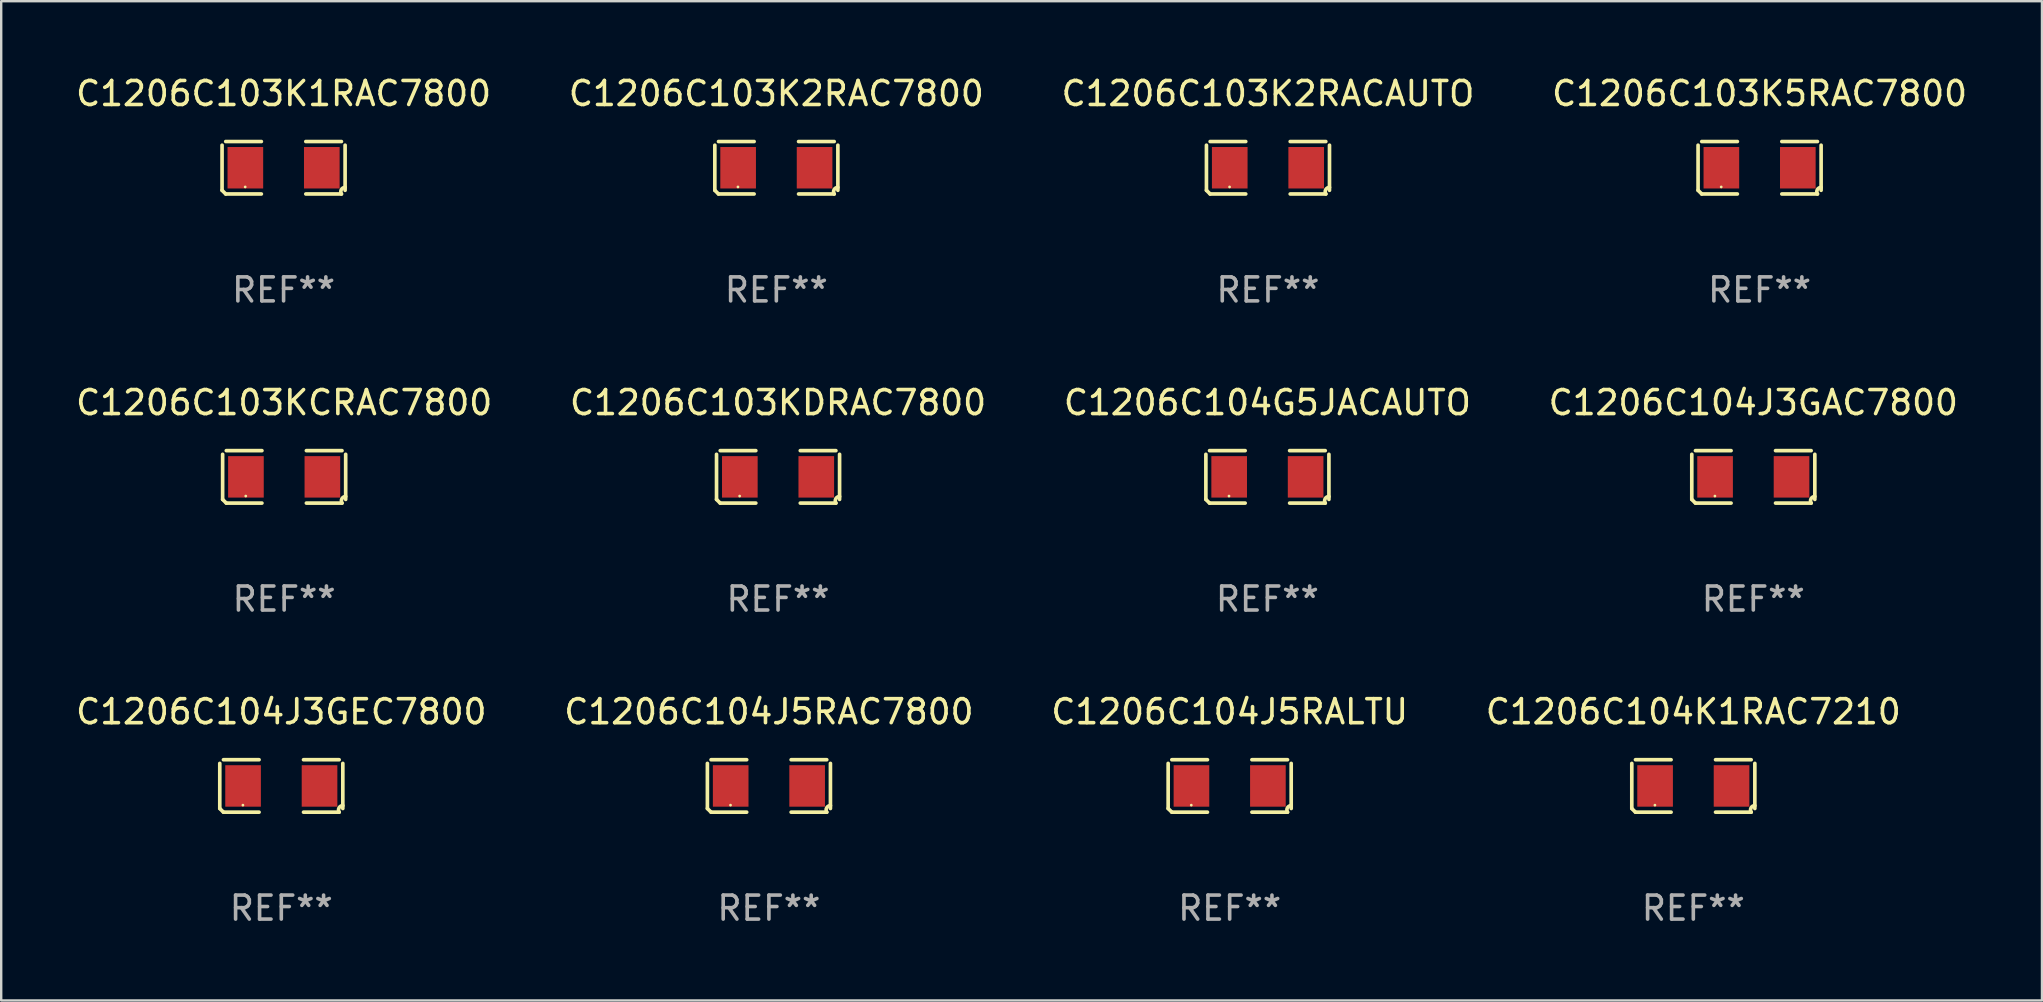
<source format=kicad_pcb>
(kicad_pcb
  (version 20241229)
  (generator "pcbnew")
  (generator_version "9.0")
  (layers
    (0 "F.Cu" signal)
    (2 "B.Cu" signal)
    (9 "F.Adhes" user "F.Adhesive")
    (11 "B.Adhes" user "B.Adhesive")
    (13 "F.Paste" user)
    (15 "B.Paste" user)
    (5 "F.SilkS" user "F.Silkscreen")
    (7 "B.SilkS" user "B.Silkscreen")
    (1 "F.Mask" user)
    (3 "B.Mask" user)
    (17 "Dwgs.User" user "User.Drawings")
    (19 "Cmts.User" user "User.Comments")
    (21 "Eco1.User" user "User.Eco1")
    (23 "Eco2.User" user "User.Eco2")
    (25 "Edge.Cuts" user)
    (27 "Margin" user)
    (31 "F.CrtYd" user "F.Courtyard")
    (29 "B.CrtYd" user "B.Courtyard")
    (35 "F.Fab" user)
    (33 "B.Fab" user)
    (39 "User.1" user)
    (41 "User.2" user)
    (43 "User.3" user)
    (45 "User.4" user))
  (footprint "C1206C103K5RAC7800"
    (layer "F.Cu")
    (at 70.28 3.941)
    (property "Reference" "C1206C103K5RAC7800" (at 0 -3.093 0) (layer "F.SilkS") (effects (font (size 1 1) (thickness 0.15))))
    (attr through_hole)
    (fp_line (start -2.564 0.94) (end -2.564 -0.94) (stroke (width 0.152) (type solid)) (layer "F.SilkS"))
    (fp_line (start -2.411 -1.093) (end -0.926 -1.093) (stroke (width 0.152) (type solid)) (layer "F.SilkS"))
    (fp_line (start -0.926 1.093) (end -2.411 1.093) (stroke (width 0.152) (type solid)) (layer "F.SilkS"))
    (fp_line (start 0.926 1.093) (end 2.411 1.093) (stroke (width 0.152) (type solid)) (layer "F.SilkS"))
    (fp_line (start 2.411 -1.093) (end 0.926 -1.093) (stroke (width 0.152) (type solid)) (layer "F.SilkS"))
    (fp_line (start 2.564 0.94) (end 2.564 -0.94) (stroke (width 0.152) (type solid)) (layer "F.SilkS"))
    (fp_arc (start -2.411201 1.092609) (mid -2.487413 1.01642) (end -2.563602 0.940208) (stroke (width 0.1524) (type solid)) (layer "F.SilkS"))
    (fp_arc (start 2.411201 1.092609) (mid 2.407159 0.911226) (end 2.563602 0.819347) (stroke (width 0.1524) (type solid)) (layer "F.SilkS"))
    (fp_circle (center -1.6 0.8) (end -1.57 0.8) (stroke (width 0.06) (type solid)) (fill no) (layer "F.SilkS"))
    (fp_text user "REF**" (at 0 5.093 0) (layer "F.Fab") (effects (font (size 1 1) (thickness 0.15))))
    (pad "1" smd rect (at -1.593 0) (size 1.485 1.728) (layers "F.Cu" "F.Mask" "F.Paste"))
    (pad "2" smd rect (at 1.593 0) (size 1.485 1.728) (layers "F.Cu" "F.Mask" "F.Paste")))
  (footprint "C1206C104J3GAC7800"
    (layer "F.Cu")
    (at 70.018 16.823)
    (property "Reference" "C1206C104J3GAC7800" (at 0 -3.093 0) (layer "F.SilkS") (effects (font (size 1 1) (thickness 0.15))))
    (attr through_hole)
    (fp_line (start -2.564 0.94) (end -2.564 -0.94) (stroke (width 0.152) (type solid)) (layer "F.SilkS"))
    (fp_line (start -2.411 -1.093) (end -0.926 -1.093) (stroke (width 0.152) (type solid)) (layer "F.SilkS"))
    (fp_line (start -0.926 1.093) (end -2.411 1.093) (stroke (width 0.152) (type solid)) (layer "F.SilkS"))
    (fp_line (start 0.926 1.093) (end 2.411 1.093) (stroke (width 0.152) (type solid)) (layer "F.SilkS"))
    (fp_line (start 2.411 -1.093) (end 0.926 -1.093) (stroke (width 0.152) (type solid)) (layer "F.SilkS"))
    (fp_line (start 2.564 0.94) (end 2.564 -0.94) (stroke (width 0.152) (type solid)) (layer "F.SilkS"))
    (fp_arc (start -2.411201 1.092609) (mid -2.487413 1.01642) (end -2.563602 0.940208) (stroke (width 0.1524) (type solid)) (layer "F.SilkS"))
    (fp_arc (start 2.411201 1.092609) (mid 2.407159 0.911226) (end 2.563602 0.819347) (stroke (width 0.1524) (type solid)) (layer "F.SilkS"))
    (fp_circle (center -1.6 0.8) (end -1.57 0.8) (stroke (width 0.06) (type solid)) (fill no) (layer "F.SilkS"))
    (fp_text user "REF**" (at 0 5.093 0) (layer "F.Fab") (effects (font (size 1 1) (thickness 0.15))))
    (pad "1" smd rect (at -1.593 0) (size 1.485 1.728) (layers "F.Cu" "F.Mask" "F.Paste"))
    (pad "2" smd rect (at 1.593 0) (size 1.485 1.728) (layers "F.Cu" "F.Mask" "F.Paste")))
  (footprint "C1206C104J3GEC7800"
    (layer "F.Cu")
    (at 8.673 29.704)
    (property "Reference" "C1206C104J3GEC7800" (at 0 -3.093 0) (layer "F.SilkS") (effects (font (size 1 1) (thickness 0.15))))
    (attr through_hole)
    (fp_line (start -2.564 0.94) (end -2.564 -0.94) (stroke (width 0.152) (type solid)) (layer "F.SilkS"))
    (fp_line (start -2.411 -1.093) (end -0.926 -1.093) (stroke (width 0.152) (type solid)) (layer "F.SilkS"))
    (fp_line (start -0.926 1.093) (end -2.411 1.093) (stroke (width 0.152) (type solid)) (layer "F.SilkS"))
    (fp_line (start 0.926 1.093) (end 2.411 1.093) (stroke (width 0.152) (type solid)) (layer "F.SilkS"))
    (fp_line (start 2.411 -1.093) (end 0.926 -1.093) (stroke (width 0.152) (type solid)) (layer "F.SilkS"))
    (fp_line (start 2.564 0.94) (end 2.564 -0.94) (stroke (width 0.152) (type solid)) (layer "F.SilkS"))
    (fp_arc (start -2.411201 1.092609) (mid -2.487413 1.01642) (end -2.563602 0.940208) (stroke (width 0.1524) (type solid)) (layer "F.SilkS"))
    (fp_arc (start 2.411201 1.092609) (mid 2.407159 0.911226) (end 2.563602 0.819347) (stroke (width 0.1524) (type solid)) (layer "F.SilkS"))
    (fp_circle (center -1.6 0.8) (end -1.57 0.8) (stroke (width 0.06) (type solid)) (fill no) (layer "F.SilkS"))
    (fp_text user "REF**" (at 0 5.093 0) (layer "F.Fab") (effects (font (size 1 1) (thickness 0.15))))
    (pad "1" smd rect (at -1.593 0) (size 1.485 1.728) (layers "F.Cu" "F.Mask" "F.Paste"))
    (pad "2" smd rect (at 1.593 0) (size 1.485 1.728) (layers "F.Cu" "F.Mask" "F.Paste")))
  (footprint "C1206C104J5RALTU"
    (layer "F.Cu")
    (at 48.196 29.704)
    (property "Reference" "C1206C104J5RALTU" (at 0 -3.093 0) (layer "F.SilkS") (effects (font (size 1 1) (thickness 0.15))))
    (attr through_hole)
    (fp_line (start -2.564 0.94) (end -2.564 -0.94) (stroke (width 0.152) (type solid)) (layer "F.SilkS"))
    (fp_line (start -2.411 -1.093) (end -0.926 -1.093) (stroke (width 0.152) (type solid)) (layer "F.SilkS"))
    (fp_line (start -0.926 1.093) (end -2.411 1.093) (stroke (width 0.152) (type solid)) (layer "F.SilkS"))
    (fp_line (start 0.926 1.093) (end 2.411 1.093) (stroke (width 0.152) (type solid)) (layer "F.SilkS"))
    (fp_line (start 2.411 -1.093) (end 0.926 -1.093) (stroke (width 0.152) (type solid)) (layer "F.SilkS"))
    (fp_line (start 2.564 0.94) (end 2.564 -0.94) (stroke (width 0.152) (type solid)) (layer "F.SilkS"))
    (fp_arc (start -2.411201 1.092609) (mid -2.487413 1.01642) (end -2.563602 0.940208) (stroke (width 0.1524) (type solid)) (layer "F.SilkS"))
    (fp_arc (start 2.411201 1.092609) (mid 2.407159 0.911226) (end 2.563602 0.819347) (stroke (width 0.1524) (type solid)) (layer "F.SilkS"))
    (fp_circle (center -1.6 0.8) (end -1.57 0.8) (stroke (width 0.06) (type solid)) (fill no) (layer "F.SilkS"))
    (fp_text user "REF**" (at 0 5.093 0) (layer "F.Fab") (effects (font (size 1 1) (thickness 0.15))))
    (pad "1" smd rect (at -1.593 0) (size 1.485 1.728) (layers "F.Cu" "F.Mask" "F.Paste"))
    (pad "2" smd rect (at 1.593 0) (size 1.485 1.728) (layers "F.Cu" "F.Mask" "F.Paste")))
  (footprint "C1206C103K2RAC7800"
    (layer "F.Cu")
    (at 29.304 3.941)
    (property "Reference" "C1206C103K2RAC7800" (at 0 -3.093 0) (layer "F.SilkS") (effects (font (size 1 1) (thickness 0.15))))
    (attr through_hole)
    (fp_line (start -2.564 0.94) (end -2.564 -0.94) (stroke (width 0.152) (type solid)) (layer "F.SilkS"))
    (fp_line (start -2.411 -1.093) (end -0.926 -1.093) (stroke (width 0.152) (type solid)) (layer "F.SilkS"))
    (fp_line (start -0.926 1.093) (end -2.411 1.093) (stroke (width 0.152) (type solid)) (layer "F.SilkS"))
    (fp_line (start 0.926 1.093) (end 2.411 1.093) (stroke (width 0.152) (type solid)) (layer "F.SilkS"))
    (fp_line (start 2.411 -1.093) (end 0.926 -1.093) (stroke (width 0.152) (type solid)) (layer "F.SilkS"))
    (fp_line (start 2.564 0.94) (end 2.564 -0.94) (stroke (width 0.152) (type solid)) (layer "F.SilkS"))
    (fp_arc (start -2.411201 1.092609) (mid -2.487413 1.01642) (end -2.563602 0.940208) (stroke (width 0.1524) (type solid)) (layer "F.SilkS"))
    (fp_arc (start 2.411201 1.092609) (mid 2.407159 0.911226) (end 2.563602 0.819347) (stroke (width 0.1524) (type solid)) (layer "F.SilkS"))
    (fp_circle (center -1.6 0.8) (end -1.57 0.8) (stroke (width 0.06) (type solid)) (fill no) (layer "F.SilkS"))
    (fp_text user "REF**" (at 0 5.093 0) (layer "F.Fab") (effects (font (size 1 1) (thickness 0.15))))
    (pad "1" smd rect (at -1.593 0) (size 1.485 1.728) (layers "F.Cu" "F.Mask" "F.Paste"))
    (pad "2" smd rect (at 1.593 0) (size 1.485 1.728) (layers "F.Cu" "F.Mask" "F.Paste")))
  (footprint "C1206C103KCRAC7800"
    (layer "F.Cu")
    (at 8.792 16.823)
    (property "Reference" "C1206C103KCRAC7800" (at 0 -3.093 0) (layer "F.SilkS") (effects (font (size 1 1) (thickness 0.15))))
    (attr through_hole)
    (fp_line (start -2.564 0.94) (end -2.564 -0.94) (stroke (width 0.152) (type solid)) (layer "F.SilkS"))
    (fp_line (start -2.411 -1.093) (end -0.926 -1.093) (stroke (width 0.152) (type solid)) (layer "F.SilkS"))
    (fp_line (start -0.926 1.093) (end -2.411 1.093) (stroke (width 0.152) (type solid)) (layer "F.SilkS"))
    (fp_line (start 0.926 1.093) (end 2.411 1.093) (stroke (width 0.152) (type solid)) (layer "F.SilkS"))
    (fp_line (start 2.411 -1.093) (end 0.926 -1.093) (stroke (width 0.152) (type solid)) (layer "F.SilkS"))
    (fp_line (start 2.564 0.94) (end 2.564 -0.94) (stroke (width 0.152) (type solid)) (layer "F.SilkS"))
    (fp_arc (start -2.411201 1.092609) (mid -2.487413 1.01642) (end -2.563602 0.940208) (stroke (width 0.1524) (type solid)) (layer "F.SilkS"))
    (fp_arc (start 2.411201 1.092609) (mid 2.407159 0.911226) (end 2.563602 0.819347) (stroke (width 0.1524) (type solid)) (layer "F.SilkS"))
    (fp_circle (center -1.6 0.8) (end -1.57 0.8) (stroke (width 0.06) (type solid)) (fill no) (layer "F.SilkS"))
    (fp_text user "REF**" (at 0 5.093 0) (layer "F.Fab") (effects (font (size 1 1) (thickness 0.15))))
    (pad "1" smd rect (at -1.593 0) (size 1.485 1.728) (layers "F.Cu" "F.Mask" "F.Paste"))
    (pad "2" smd rect (at 1.593 0) (size 1.485 1.728) (layers "F.Cu" "F.Mask" "F.Paste")))
  (footprint "C1206C103K1RAC7800"
    (layer "F.Cu")
    (at 8.768 3.941)
    (property "Reference" "C1206C103K1RAC7800" (at 0 -3.093 0) (layer "F.SilkS") (effects (font (size 1 1) (thickness 0.15))))
    (attr through_hole)
    (fp_line (start -2.564 0.94) (end -2.564 -0.94) (stroke (width 0.152) (type solid)) (layer "F.SilkS"))
    (fp_line (start -2.411 -1.093) (end -0.926 -1.093) (stroke (width 0.152) (type solid)) (layer "F.SilkS"))
    (fp_line (start -0.926 1.093) (end -2.411 1.093) (stroke (width 0.152) (type solid)) (layer "F.SilkS"))
    (fp_line (start 0.926 1.093) (end 2.411 1.093) (stroke (width 0.152) (type solid)) (layer "F.SilkS"))
    (fp_line (start 2.411 -1.093) (end 0.926 -1.093) (stroke (width 0.152) (type solid)) (layer "F.SilkS"))
    (fp_line (start 2.564 0.94) (end 2.564 -0.94) (stroke (width 0.152) (type solid)) (layer "F.SilkS"))
    (fp_arc (start -2.411201 1.092609) (mid -2.487413 1.01642) (end -2.563602 0.940208) (stroke (width 0.1524) (type solid)) (layer "F.SilkS"))
    (fp_arc (start 2.411201 1.092609) (mid 2.407159 0.911226) (end 2.563602 0.819347) (stroke (width 0.1524) (type solid)) (layer "F.SilkS"))
    (fp_circle (center -1.6 0.8) (end -1.57 0.8) (stroke (width 0.06) (type solid)) (fill no) (layer "F.SilkS"))
    (fp_text user "REF**" (at 0 5.093 0) (layer "F.Fab") (effects (font (size 1 1) (thickness 0.15))))
    (pad "1" smd rect (at -1.593 0) (size 1.485 1.728) (layers "F.Cu" "F.Mask" "F.Paste"))
    (pad "2" smd rect (at 1.593 0) (size 1.485 1.728) (layers "F.Cu" "F.Mask" "F.Paste")))
  (footprint "C1206C103K2RACAUTO"
    (layer "F.Cu")
    (at 49.792 3.941)
    (property "Reference" "C1206C103K2RACAUTO" (at 0 -3.093 0) (layer "F.SilkS") (effects (font (size 1 1) (thickness 0.15))))
    (attr through_hole)
    (fp_line (start -2.564 0.94) (end -2.564 -0.94) (stroke (width 0.152) (type solid)) (layer "F.SilkS"))
    (fp_line (start -2.411 -1.093) (end -0.926 -1.093) (stroke (width 0.152) (type solid)) (layer "F.SilkS"))
    (fp_line (start -0.926 1.093) (end -2.411 1.093) (stroke (width 0.152) (type solid)) (layer "F.SilkS"))
    (fp_line (start 0.926 1.093) (end 2.411 1.093) (stroke (width 0.152) (type solid)) (layer "F.SilkS"))
    (fp_line (start 2.411 -1.093) (end 0.926 -1.093) (stroke (width 0.152) (type solid)) (layer "F.SilkS"))
    (fp_line (start 2.564 0.94) (end 2.564 -0.94) (stroke (width 0.152) (type solid)) (layer "F.SilkS"))
    (fp_arc (start -2.411201 1.092609) (mid -2.487413 1.01642) (end -2.563602 0.940208) (stroke (width 0.1524) (type solid)) (layer "F.SilkS"))
    (fp_arc (start 2.411201 1.092609) (mid 2.407159 0.911226) (end 2.563602 0.819347) (stroke (width 0.1524) (type solid)) (layer "F.SilkS"))
    (fp_circle (center -1.6 0.8) (end -1.57 0.8) (stroke (width 0.06) (type solid)) (fill no) (layer "F.SilkS"))
    (fp_text user "REF**" (at 0 5.093 0) (layer "F.Fab") (effects (font (size 1 1) (thickness 0.15))))
    (pad "1" smd rect (at -1.593 0) (size 1.485 1.728) (layers "F.Cu" "F.Mask" "F.Paste"))
    (pad "2" smd rect (at 1.593 0) (size 1.485 1.728) (layers "F.Cu" "F.Mask" "F.Paste")))
  (footprint "C1206C103KDRAC7800"
    (layer "F.Cu")
    (at 29.375 16.823)
    (property "Reference" "C1206C103KDRAC7800" (at 0 -3.093 0) (layer "F.SilkS") (effects (font (size 1 1) (thickness 0.15))))
    (attr through_hole)
    (fp_line (start -2.564 0.94) (end -2.564 -0.94) (stroke (width 0.152) (type solid)) (layer "F.SilkS"))
    (fp_line (start -2.411 -1.093) (end -0.926 -1.093) (stroke (width 0.152) (type solid)) (layer "F.SilkS"))
    (fp_line (start -0.926 1.093) (end -2.411 1.093) (stroke (width 0.152) (type solid)) (layer "F.SilkS"))
    (fp_line (start 0.926 1.093) (end 2.411 1.093) (stroke (width 0.152) (type solid)) (layer "F.SilkS"))
    (fp_line (start 2.411 -1.093) (end 0.926 -1.093) (stroke (width 0.152) (type solid)) (layer "F.SilkS"))
    (fp_line (start 2.564 0.94) (end 2.564 -0.94) (stroke (width 0.152) (type solid)) (layer "F.SilkS"))
    (fp_arc (start -2.411201 1.092609) (mid -2.487413 1.01642) (end -2.563602 0.940208) (stroke (width 0.1524) (type solid)) (layer "F.SilkS"))
    (fp_arc (start 2.411201 1.092609) (mid 2.407159 0.911226) (end 2.563602 0.819347) (stroke (width 0.1524) (type solid)) (layer "F.SilkS"))
    (fp_circle (center -1.6 0.8) (end -1.57 0.8) (stroke (width 0.06) (type solid)) (fill no) (layer "F.SilkS"))
    (fp_text user "REF**" (at 0 5.093 0) (layer "F.Fab") (effects (font (size 1 1) (thickness 0.15))))
    (pad "1" smd rect (at -1.593 0) (size 1.485 1.728) (layers "F.Cu" "F.Mask" "F.Paste"))
    (pad "2" smd rect (at 1.593 0) (size 1.485 1.728) (layers "F.Cu" "F.Mask" "F.Paste")))
  (footprint "C1206C104G5JACAUTO"
    (layer "F.Cu")
    (at 49.768 16.823)
    (property "Reference" "C1206C104G5JACAUTO" (at 0 -3.093 0) (layer "F.SilkS") (effects (font (size 1 1) (thickness 0.15))))
    (attr through_hole)
    (fp_line (start -2.564 0.94) (end -2.564 -0.94) (stroke (width 0.152) (type solid)) (layer "F.SilkS"))
    (fp_line (start -2.411 -1.093) (end -0.926 -1.093) (stroke (width 0.152) (type solid)) (layer "F.SilkS"))
    (fp_line (start -0.926 1.093) (end -2.411 1.093) (stroke (width 0.152) (type solid)) (layer "F.SilkS"))
    (fp_line (start 0.926 1.093) (end 2.411 1.093) (stroke (width 0.152) (type solid)) (layer "F.SilkS"))
    (fp_line (start 2.411 -1.093) (end 0.926 -1.093) (stroke (width 0.152) (type solid)) (layer "F.SilkS"))
    (fp_line (start 2.564 0.94) (end 2.564 -0.94) (stroke (width 0.152) (type solid)) (layer "F.SilkS"))
    (fp_arc (start -2.411201 1.092609) (mid -2.487413 1.01642) (end -2.563602 0.940208) (stroke (width 0.1524) (type solid)) (layer "F.SilkS"))
    (fp_arc (start 2.411201 1.092609) (mid 2.407159 0.911226) (end 2.563602 0.819347) (stroke (width 0.1524) (type solid)) (layer "F.SilkS"))
    (fp_circle (center -1.6 0.8) (end -1.57 0.8) (stroke (width 0.06) (type solid)) (fill no) (layer "F.SilkS"))
    (fp_text user "REF**" (at 0 5.093 0) (layer "F.Fab") (effects (font (size 1 1) (thickness 0.15))))
    (pad "1" smd rect (at -1.593 0) (size 1.485 1.728) (layers "F.Cu" "F.Mask" "F.Paste"))
    (pad "2" smd rect (at 1.593 0) (size 1.485 1.728) (layers "F.Cu" "F.Mask" "F.Paste")))
  (footprint "C1206C104J5RAC7800"
    (layer "F.Cu")
    (at 28.994 29.704)
    (property "Reference" "C1206C104J5RAC7800" (at 0 -3.093 0) (layer "F.SilkS") (effects (font (size 1 1) (thickness 0.15))))
    (attr through_hole)
    (fp_line (start -2.564 0.94) (end -2.564 -0.94) (stroke (width 0.152) (type solid)) (layer "F.SilkS"))
    (fp_line (start -2.411 -1.093) (end -0.926 -1.093) (stroke (width 0.152) (type solid)) (layer "F.SilkS"))
    (fp_line (start -0.926 1.093) (end -2.411 1.093) (stroke (width 0.152) (type solid)) (layer "F.SilkS"))
    (fp_line (start 0.926 1.093) (end 2.411 1.093) (stroke (width 0.152) (type solid)) (layer "F.SilkS"))
    (fp_line (start 2.411 -1.093) (end 0.926 -1.093) (stroke (width 0.152) (type solid)) (layer "F.SilkS"))
    (fp_line (start 2.564 0.94) (end 2.564 -0.94) (stroke (width 0.152) (type solid)) (layer "F.SilkS"))
    (fp_arc (start -2.411201 1.092609) (mid -2.487413 1.01642) (end -2.563602 0.940208) (stroke (width 0.1524) (type solid)) (layer "F.SilkS"))
    (fp_arc (start 2.411201 1.092609) (mid 2.407159 0.911226) (end 2.563602 0.819347) (stroke (width 0.1524) (type solid)) (layer "F.SilkS"))
    (fp_circle (center -1.6 0.8) (end -1.57 0.8) (stroke (width 0.06) (type solid)) (fill no) (layer "F.SilkS"))
    (fp_text user "REF**" (at 0 5.093 0) (layer "F.Fab") (effects (font (size 1 1) (thickness 0.15))))
    (pad "1" smd rect (at -1.593 0) (size 1.485 1.728) (layers "F.Cu" "F.Mask" "F.Paste"))
    (pad "2" smd rect (at 1.593 0) (size 1.485 1.728) (layers "F.Cu" "F.Mask" "F.Paste")))
  (footprint "C1206C104K1RAC7210"
    (layer "F.Cu")
    (at 67.518 29.704)
    (property "Reference" "C1206C104K1RAC7210" (at 0 -3.093 0) (layer "F.SilkS") (effects (font (size 1 1) (thickness 0.15))))
    (attr through_hole)
    (fp_line (start -2.564 0.94) (end -2.564 -0.94) (stroke (width 0.152) (type solid)) (layer "F.SilkS"))
    (fp_line (start -2.411 -1.093) (end -0.926 -1.093) (stroke (width 0.152) (type solid)) (layer "F.SilkS"))
    (fp_line (start -0.926 1.093) (end -2.411 1.093) (stroke (width 0.152) (type solid)) (layer "F.SilkS"))
    (fp_line (start 0.926 1.093) (end 2.411 1.093) (stroke (width 0.152) (type solid)) (layer "F.SilkS"))
    (fp_line (start 2.411 -1.093) (end 0.926 -1.093) (stroke (width 0.152) (type solid)) (layer "F.SilkS"))
    (fp_line (start 2.564 0.94) (end 2.564 -0.94) (stroke (width 0.152) (type solid)) (layer "F.SilkS"))
    (fp_arc (start -2.411201 1.092609) (mid -2.487413 1.01642) (end -2.563602 0.940208) (stroke (width 0.1524) (type solid)) (layer "F.SilkS"))
    (fp_arc (start 2.411201 1.092609) (mid 2.407159 0.911226) (end 2.563602 0.819347) (stroke (width 0.1524) (type solid)) (layer "F.SilkS"))
    (fp_circle (center -1.6 0.8) (end -1.57 0.8) (stroke (width 0.06) (type solid)) (fill no) (layer "F.SilkS"))
    (fp_text user "REF**" (at 0 5.093 0) (layer "F.Fab") (effects (font (size 1 1) (thickness 0.15))))
    (pad "1" smd rect (at -1.593 0) (size 1.485 1.728) (layers "F.Cu" "F.Mask" "F.Paste"))
    (pad "2" smd rect (at 1.593 0) (size 1.485 1.728) (layers "F.Cu" "F.Mask" "F.Paste")))
  (gr_rect
    (start -3 -3)
    (end 82.048 38.645)
    (stroke (width 0.1) (type default))
    (fill no)
    (layer "Edge.Cuts")))
</source>
